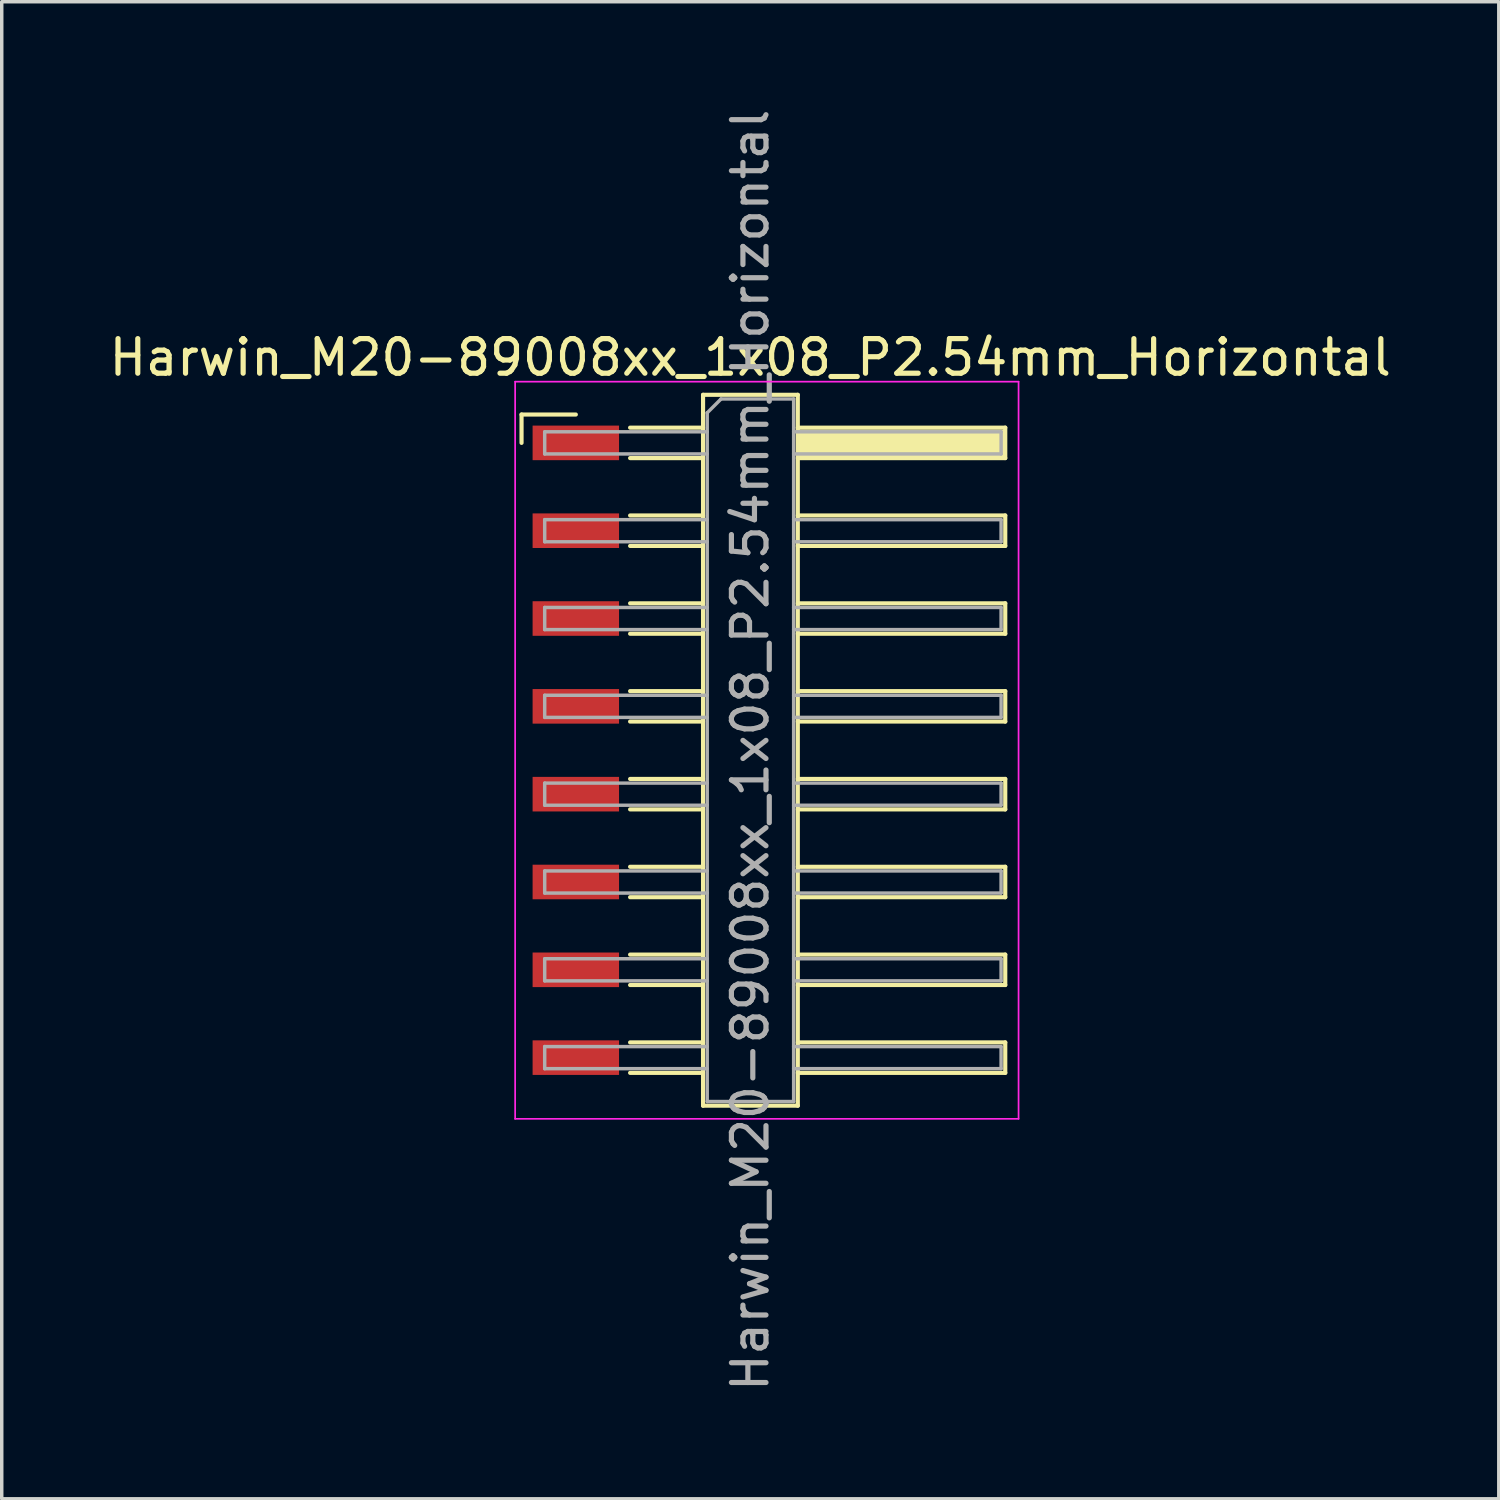
<source format=kicad_pcb>
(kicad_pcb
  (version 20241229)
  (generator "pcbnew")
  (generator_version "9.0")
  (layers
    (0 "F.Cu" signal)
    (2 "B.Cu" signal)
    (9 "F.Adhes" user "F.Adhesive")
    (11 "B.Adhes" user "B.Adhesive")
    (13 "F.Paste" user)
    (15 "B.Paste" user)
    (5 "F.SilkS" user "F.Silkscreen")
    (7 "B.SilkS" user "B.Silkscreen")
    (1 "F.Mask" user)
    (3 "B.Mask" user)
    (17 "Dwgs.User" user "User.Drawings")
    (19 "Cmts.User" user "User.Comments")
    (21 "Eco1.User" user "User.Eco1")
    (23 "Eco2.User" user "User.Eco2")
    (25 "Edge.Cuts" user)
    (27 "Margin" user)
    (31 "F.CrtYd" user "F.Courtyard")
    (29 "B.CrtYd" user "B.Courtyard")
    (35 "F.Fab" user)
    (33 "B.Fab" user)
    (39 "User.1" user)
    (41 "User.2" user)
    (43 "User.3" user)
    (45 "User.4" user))
  (footprint "Harwin_M20-89008xx_1x08_P2.54mm_Horizontal"
    (layer "F.Cu")
    (at 19.129 18.649)
    (property "Reference" "Harwin_M20-89008xx_1x08_P2.54mm_Horizontal" (at -0.48 -11.36 0) (layer "F.SilkS") (effects (font (size 1 1) (thickness 0.15))))
    (attr smd)
    (fp_line (start -7.095 -9.71) (end -5.525 -9.71) (stroke (width 0.12) (type solid)) (layer "F.SilkS"))
    (fp_line (start -7.095 -8.89) (end -7.095 -9.71) (stroke (width 0.12) (type solid)) (layer "F.SilkS"))
    (fp_line (start -3.955 -9.33) (end -1.845 -9.33) (stroke (width 0.12) (type solid)) (layer "F.SilkS"))
    (fp_line (start -3.955 -8.45) (end -1.845 -8.45) (stroke (width 0.12) (type solid)) (layer "F.SilkS"))
    (fp_line (start -3.955 -6.79) (end -1.845 -6.79) (stroke (width 0.12) (type solid)) (layer "F.SilkS"))
    (fp_line (start -3.955 -5.91) (end -1.845 -5.91) (stroke (width 0.12) (type solid)) (layer "F.SilkS"))
    (fp_line (start -3.955 -4.25) (end -1.845 -4.25) (stroke (width 0.12) (type solid)) (layer "F.SilkS"))
    (fp_line (start -3.955 -3.37) (end -1.845 -3.37) (stroke (width 0.12) (type solid)) (layer "F.SilkS"))
    (fp_line (start -3.955 -1.71) (end -1.845 -1.71) (stroke (width 0.12) (type solid)) (layer "F.SilkS"))
    (fp_line (start -3.955 -0.83) (end -1.845 -0.83) (stroke (width 0.12) (type solid)) (layer "F.SilkS"))
    (fp_line (start -3.955 0.83) (end -1.845 0.83) (stroke (width 0.12) (type solid)) (layer "F.SilkS"))
    (fp_line (start -3.955 1.71) (end -1.845 1.71) (stroke (width 0.12) (type solid)) (layer "F.SilkS"))
    (fp_line (start -3.955 3.37) (end -1.845 3.37) (stroke (width 0.12) (type solid)) (layer "F.SilkS"))
    (fp_line (start -3.955 4.25) (end -1.845 4.25) (stroke (width 0.12) (type solid)) (layer "F.SilkS"))
    (fp_line (start -3.955 5.91) (end -1.845 5.91) (stroke (width 0.12) (type solid)) (layer "F.SilkS"))
    (fp_line (start -3.955 6.79) (end -1.845 6.79) (stroke (width 0.12) (type solid)) (layer "F.SilkS"))
    (fp_line (start -3.955 8.45) (end -1.845 8.45) (stroke (width 0.12) (type solid)) (layer "F.SilkS"))
    (fp_line (start -3.955 9.33) (end -1.845 9.33) (stroke (width 0.12) (type solid)) (layer "F.SilkS"))
    (fp_line (start -1.845 -10.28) (end 0.895 -10.28) (stroke (width 0.12) (type solid)) (layer "F.SilkS"))
    (fp_line (start -1.845 10.28) (end -1.845 -10.28) (stroke (width 0.12) (type solid)) (layer "F.SilkS"))
    (fp_line (start 0.895 -10.28) (end 0.895 10.28) (stroke (width 0.12) (type solid)) (layer "F.SilkS"))
    (fp_line (start 0.895 -9.33) (end 6.895 -9.33) (stroke (width 0.12) (type solid)) (layer "F.SilkS"))
    (fp_line (start 0.895 -6.79) (end 6.895 -6.79) (stroke (width 0.12) (type solid)) (layer "F.SilkS"))
    (fp_line (start 0.895 -4.25) (end 6.895 -4.25) (stroke (width 0.12) (type solid)) (layer "F.SilkS"))
    (fp_line (start 0.895 -1.71) (end 6.895 -1.71) (stroke (width 0.12) (type solid)) (layer "F.SilkS"))
    (fp_line (start 0.895 0.83) (end 6.895 0.83) (stroke (width 0.12) (type solid)) (layer "F.SilkS"))
    (fp_line (start 0.895 3.37) (end 6.895 3.37) (stroke (width 0.12) (type solid)) (layer "F.SilkS"))
    (fp_line (start 0.895 5.91) (end 6.895 5.91) (stroke (width 0.12) (type solid)) (layer "F.SilkS"))
    (fp_line (start 0.895 8.45) (end 6.895 8.45) (stroke (width 0.12) (type solid)) (layer "F.SilkS"))
    (fp_line (start 0.895 10.28) (end -1.845 10.28) (stroke (width 0.12) (type solid)) (layer "F.SilkS"))
    (fp_line (start 6.895 -9.33) (end 6.895 -8.45) (stroke (width 0.12) (type solid)) (layer "F.SilkS"))
    (fp_line (start 6.895 -8.45) (end 0.895 -8.45) (stroke (width 0.12) (type solid)) (layer "F.SilkS"))
    (fp_line (start 6.895 -6.79) (end 6.895 -5.91) (stroke (width 0.12) (type solid)) (layer "F.SilkS"))
    (fp_line (start 6.895 -5.91) (end 0.895 -5.91) (stroke (width 0.12) (type solid)) (layer "F.SilkS"))
    (fp_line (start 6.895 -4.25) (end 6.895 -3.37) (stroke (width 0.12) (type solid)) (layer "F.SilkS"))
    (fp_line (start 6.895 -3.37) (end 0.895 -3.37) (stroke (width 0.12) (type solid)) (layer "F.SilkS"))
    (fp_line (start 6.895 -1.71) (end 6.895 -0.83) (stroke (width 0.12) (type solid)) (layer "F.SilkS"))
    (fp_line (start 6.895 -0.83) (end 0.895 -0.83) (stroke (width 0.12) (type solid)) (layer "F.SilkS"))
    (fp_line (start 6.895 0.83) (end 6.895 1.71) (stroke (width 0.12) (type solid)) (layer "F.SilkS"))
    (fp_line (start 6.895 1.71) (end 0.895 1.71) (stroke (width 0.12) (type solid)) (layer "F.SilkS"))
    (fp_line (start 6.895 3.37) (end 6.895 4.25) (stroke (width 0.12) (type solid)) (layer "F.SilkS"))
    (fp_line (start 6.895 4.25) (end 0.895 4.25) (stroke (width 0.12) (type solid)) (layer "F.SilkS"))
    (fp_line (start 6.895 5.91) (end 6.895 6.79) (stroke (width 0.12) (type solid)) (layer "F.SilkS"))
    (fp_line (start 6.895 6.79) (end 0.895 6.79) (stroke (width 0.12) (type solid)) (layer "F.SilkS"))
    (fp_line (start 6.895 8.45) (end 6.895 9.33) (stroke (width 0.12) (type solid)) (layer "F.SilkS"))
    (fp_line (start 6.895 9.33) (end 0.895 9.33) (stroke (width 0.12) (type solid)) (layer "F.SilkS"))
    (fp_line (start -7.28 -10.66) (end 7.28 -10.66) (stroke (width 0.05) (type solid)) (layer "F.CrtYd"))
    (fp_line (start -7.28 10.66) (end -7.28 -10.66) (stroke (width 0.05) (type solid)) (layer "F.CrtYd"))
    (fp_line (start 7.28 -10.66) (end 7.28 10.66) (stroke (width 0.05) (type solid)) (layer "F.CrtYd"))
    (fp_line (start 7.28 10.66) (end -7.28 10.66) (stroke (width 0.05) (type solid)) (layer "F.CrtYd"))
    (fp_line (start -6.425 -9.21) (end -6.425 -8.57) (stroke (width 0.1) (type solid)) (layer "F.Fab"))
    (fp_line (start -6.425 -8.57) (end -1.725 -8.57) (stroke (width 0.1) (type solid)) (layer "F.Fab"))
    (fp_line (start -6.425 -6.67) (end -6.425 -6.03) (stroke (width 0.1) (type solid)) (layer "F.Fab"))
    (fp_line (start -6.425 -6.03) (end -1.725 -6.03) (stroke (width 0.1) (type solid)) (layer "F.Fab"))
    (fp_line (start -6.425 -4.13) (end -6.425 -3.49) (stroke (width 0.1) (type solid)) (layer "F.Fab"))
    (fp_line (start -6.425 -3.49) (end -1.725 -3.49) (stroke (width 0.1) (type solid)) (layer "F.Fab"))
    (fp_line (start -6.425 -1.59) (end -6.425 -0.95) (stroke (width 0.1) (type solid)) (layer "F.Fab"))
    (fp_line (start -6.425 -0.95) (end -1.725 -0.95) (stroke (width 0.1) (type solid)) (layer "F.Fab"))
    (fp_line (start -6.425 0.95) (end -6.425 1.59) (stroke (width 0.1) (type solid)) (layer "F.Fab"))
    (fp_line (start -6.425 1.59) (end -1.725 1.59) (stroke (width 0.1) (type solid)) (layer "F.Fab"))
    (fp_line (start -6.425 3.49) (end -6.425 4.13) (stroke (width 0.1) (type solid)) (layer "F.Fab"))
    (fp_line (start -6.425 4.13) (end -1.725 4.13) (stroke (width 0.1) (type solid)) (layer "F.Fab"))
    (fp_line (start -6.425 6.03) (end -6.425 6.67) (stroke (width 0.1) (type solid)) (layer "F.Fab"))
    (fp_line (start -6.425 6.67) (end -1.725 6.67) (stroke (width 0.1) (type solid)) (layer "F.Fab"))
    (fp_line (start -6.425 8.57) (end -6.425 9.21) (stroke (width 0.1) (type solid)) (layer "F.Fab"))
    (fp_line (start -6.425 9.21) (end -1.725 9.21) (stroke (width 0.1) (type solid)) (layer "F.Fab"))
    (fp_line (start -1.725 -9.76) (end -1.325 -10.16) (stroke (width 0.1) (type solid)) (layer "F.Fab"))
    (fp_line (start -1.725 -9.21) (end -6.425 -9.21) (stroke (width 0.1) (type solid)) (layer "F.Fab"))
    (fp_line (start -1.725 -6.67) (end -6.425 -6.67) (stroke (width 0.1) (type solid)) (layer "F.Fab"))
    (fp_line (start -1.725 -4.13) (end -6.425 -4.13) (stroke (width 0.1) (type solid)) (layer "F.Fab"))
    (fp_line (start -1.725 -1.59) (end -6.425 -1.59) (stroke (width 0.1) (type solid)) (layer "F.Fab"))
    (fp_line (start -1.725 0.95) (end -6.425 0.95) (stroke (width 0.1) (type solid)) (layer "F.Fab"))
    (fp_line (start -1.725 3.49) (end -6.425 3.49) (stroke (width 0.1) (type solid)) (layer "F.Fab"))
    (fp_line (start -1.725 6.03) (end -6.425 6.03) (stroke (width 0.1) (type solid)) (layer "F.Fab"))
    (fp_line (start -1.725 8.57) (end -6.425 8.57) (stroke (width 0.1) (type solid)) (layer "F.Fab"))
    (fp_line (start -1.725 10.16) (end -1.725 -9.76) (stroke (width 0.1) (type solid)) (layer "F.Fab"))
    (fp_line (start -1.325 -10.16) (end 0.775 -10.16) (stroke (width 0.1) (type solid)) (layer "F.Fab"))
    (fp_line (start 0.775 -10.16) (end 0.775 10.16) (stroke (width 0.1) (type solid)) (layer "F.Fab"))
    (fp_line (start 0.775 -9.21) (end 6.775 -9.21) (stroke (width 0.1) (type solid)) (layer "F.Fab"))
    (fp_line (start 0.775 -6.67) (end 6.775 -6.67) (stroke (width 0.1) (type solid)) (layer "F.Fab"))
    (fp_line (start 0.775 -4.13) (end 6.775 -4.13) (stroke (width 0.1) (type solid)) (layer "F.Fab"))
    (fp_line (start 0.775 -1.59) (end 6.775 -1.59) (stroke (width 0.1) (type solid)) (layer "F.Fab"))
    (fp_line (start 0.775 0.95) (end 6.775 0.95) (stroke (width 0.1) (type solid)) (layer "F.Fab"))
    (fp_line (start 0.775 3.49) (end 6.775 3.49) (stroke (width 0.1) (type solid)) (layer "F.Fab"))
    (fp_line (start 0.775 6.03) (end 6.775 6.03) (stroke (width 0.1) (type solid)) (layer "F.Fab"))
    (fp_line (start 0.775 8.57) (end 6.775 8.57) (stroke (width 0.1) (type solid)) (layer "F.Fab"))
    (fp_line (start 0.775 10.16) (end -1.725 10.16) (stroke (width 0.1) (type solid)) (layer "F.Fab"))
    (fp_line (start 6.775 -9.21) (end 6.775 -8.57) (stroke (width 0.1) (type solid)) (layer "F.Fab"))
    (fp_line (start 6.775 -8.57) (end 0.775 -8.57) (stroke (width 0.1) (type solid)) (layer "F.Fab"))
    (fp_line (start 6.775 -6.67) (end 6.775 -6.03) (stroke (width 0.1) (type solid)) (layer "F.Fab"))
    (fp_line (start 6.775 -6.03) (end 0.775 -6.03) (stroke (width 0.1) (type solid)) (layer "F.Fab"))
    (fp_line (start 6.775 -4.13) (end 6.775 -3.49) (stroke (width 0.1) (type solid)) (layer "F.Fab"))
    (fp_line (start 6.775 -3.49) (end 0.775 -3.49) (stroke (width 0.1) (type solid)) (layer "F.Fab"))
    (fp_line (start 6.775 -1.59) (end 6.775 -0.95) (stroke (width 0.1) (type solid)) (layer "F.Fab"))
    (fp_line (start 6.775 -0.95) (end 0.775 -0.95) (stroke (width 0.1) (type solid)) (layer "F.Fab"))
    (fp_line (start 6.775 0.95) (end 6.775 1.59) (stroke (width 0.1) (type solid)) (layer "F.Fab"))
    (fp_line (start 6.775 1.59) (end 0.775 1.59) (stroke (width 0.1) (type solid)) (layer "F.Fab"))
    (fp_line (start 6.775 3.49) (end 6.775 4.13) (stroke (width 0.1) (type solid)) (layer "F.Fab"))
    (fp_line (start 6.775 4.13) (end 0.775 4.13) (stroke (width 0.1) (type solid)) (layer "F.Fab"))
    (fp_line (start 6.775 6.03) (end 6.775 6.67) (stroke (width 0.1) (type solid)) (layer "F.Fab"))
    (fp_line (start 6.775 6.67) (end 0.775 6.67) (stroke (width 0.1) (type solid)) (layer "F.Fab"))
    (fp_line (start 6.775 8.57) (end 6.775 9.21) (stroke (width 0.1) (type solid)) (layer "F.Fab"))
    (fp_line (start 6.775 9.21) (end 0.775 9.21) (stroke (width 0.1) (type solid)) (layer "F.Fab"))
    (fp_text user "${REFERENCE}" (at -0.48 0 90) (layer "F.Fab") (effects (font (size 1 1) (thickness 0.15))))
    (pad "" smd rect (at 3.895 -8.89) (size 6 0.76) (layers "F.SilkS"))
    (pad "1" smd rect (at -5.525 -8.89) (size 2.5 1) (layers "F.Cu" "F.Mask" "F.Paste"))
    (pad "2" smd rect (at -5.525 -6.35) (size 2.5 1) (layers "F.Cu" "F.Mask" "F.Paste"))
    (pad "3" smd rect (at -5.525 -3.81) (size 2.5 1) (layers "F.Cu" "F.Mask" "F.Paste"))
    (pad "4" smd rect (at -5.525 -1.27) (size 2.5 1) (layers "F.Cu" "F.Mask" "F.Paste"))
    (pad "5" smd rect (at -5.525 1.27) (size 2.5 1) (layers "F.Cu" "F.Mask" "F.Paste"))
    (pad "6" smd rect (at -5.525 3.81) (size 2.5 1) (layers "F.Cu" "F.Mask" "F.Paste"))
    (pad "7" smd rect (at -5.525 6.35) (size 2.5 1) (layers "F.Cu" "F.Mask" "F.Paste"))
    (pad "8" smd rect (at -5.525 8.89) (size 2.5 1) (layers "F.Cu" "F.Mask" "F.Paste")))
  (gr_rect
    (start -3 -3)
    (end 40.298 40.298)
    (stroke (width 0.1) (type default))
    (fill no)
    (layer "Edge.Cuts")))
</source>
